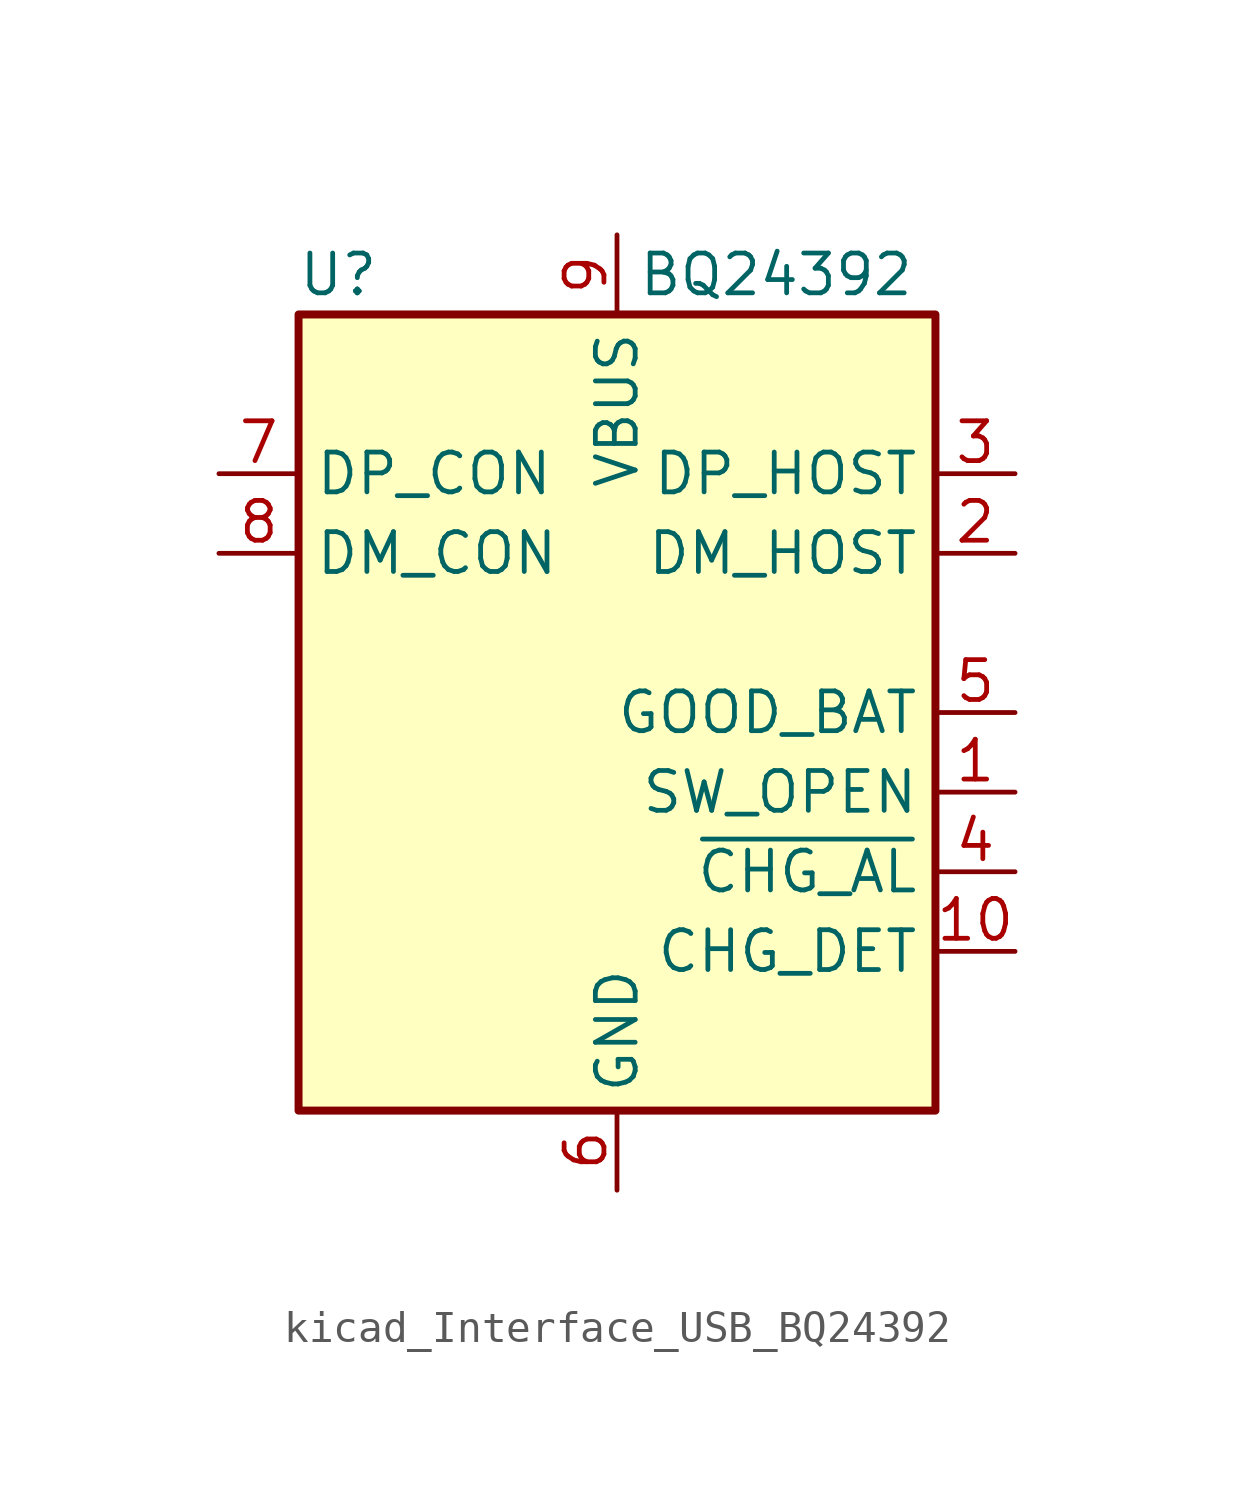
<source format=kicad_sym>
(kicad_symbol_lib
  (version 20220914)
  (generator kicad_symbol_editor)
  (symbol "kicad_Interface_USB_BQ24392"
    (property "Reference" "U"
      (at -8.89 13.97 0)
      (effects (font (size 1.27 1.27))))
    (property "Value" "BQ24392"
      (at 5.08 13.97 0)
      (effects (font (size 1.27 1.27))))
    (symbol "kicad_Interface_USB_BQ24392_0_1"
      (rectangle (start -10.16 12.7) (end 10.16 -12.7) (stroke (width 0.254) (type default)) (fill (type background))))
    (symbol "kicad_Interface_USB_BQ24392_1_1"
      (pin open_collector line (at 12.7 -2.54 180) (length 2.54) (name "SW_OPEN" (effects (font (size 1.27 1.27)))) (number "1" (effects (font (size 1.27 1.27)))))
      (pin output line (at 12.7 -7.62 180) (length 2.54) (name "CHG_DET" (effects (font (size 1.27 1.27)))) (number "10" (effects (font (size 1.27 1.27)))))
      (pin bidirectional line (at 12.7 5.08 180) (length 2.54) (name "DM_HOST" (effects (font (size 1.27 1.27)))) (number "2" (effects (font (size 1.27 1.27)))))
      (pin bidirectional line (at 12.7 7.62 180) (length 2.54) (name "DP_HOST" (effects (font (size 1.27 1.27)))) (number "3" (effects (font (size 1.27 1.27)))))
      (pin open_collector line (at 12.7 -5.08 180) (length 2.54) (name "~{CHG_AL}" (effects (font (size 1.27 1.27)))) (number "4" (effects (font (size 1.27 1.27)))))
      (pin input line (at 12.7 0 180) (length 2.54) (name "GOOD_BAT" (effects (font (size 1.27 1.27)))) (number "5" (effects (font (size 1.27 1.27)))))
      (pin power_in line (at 0 -15.24 90) (length 2.54) (name "GND" (effects (font (size 1.27 1.27)))) (number "6" (effects (font (size 1.27 1.27)))))
      (pin bidirectional line (at -12.7 7.62 0) (length 2.54) (name "DP_CON" (effects (font (size 1.27 1.27)))) (number "7" (effects (font (size 1.27 1.27)))))
      (pin bidirectional line (at -12.7 5.08 0) (length 2.54) (name "DM_CON" (effects (font (size 1.27 1.27)))) (number "8" (effects (font (size 1.27 1.27)))))
      (pin power_in line (at 0 15.24 270) (length 2.54) (name "VBUS" (effects (font (size 1.27 1.27)))) (number "9" (effects (font (size 1.27 1.27))))))))
</source>
